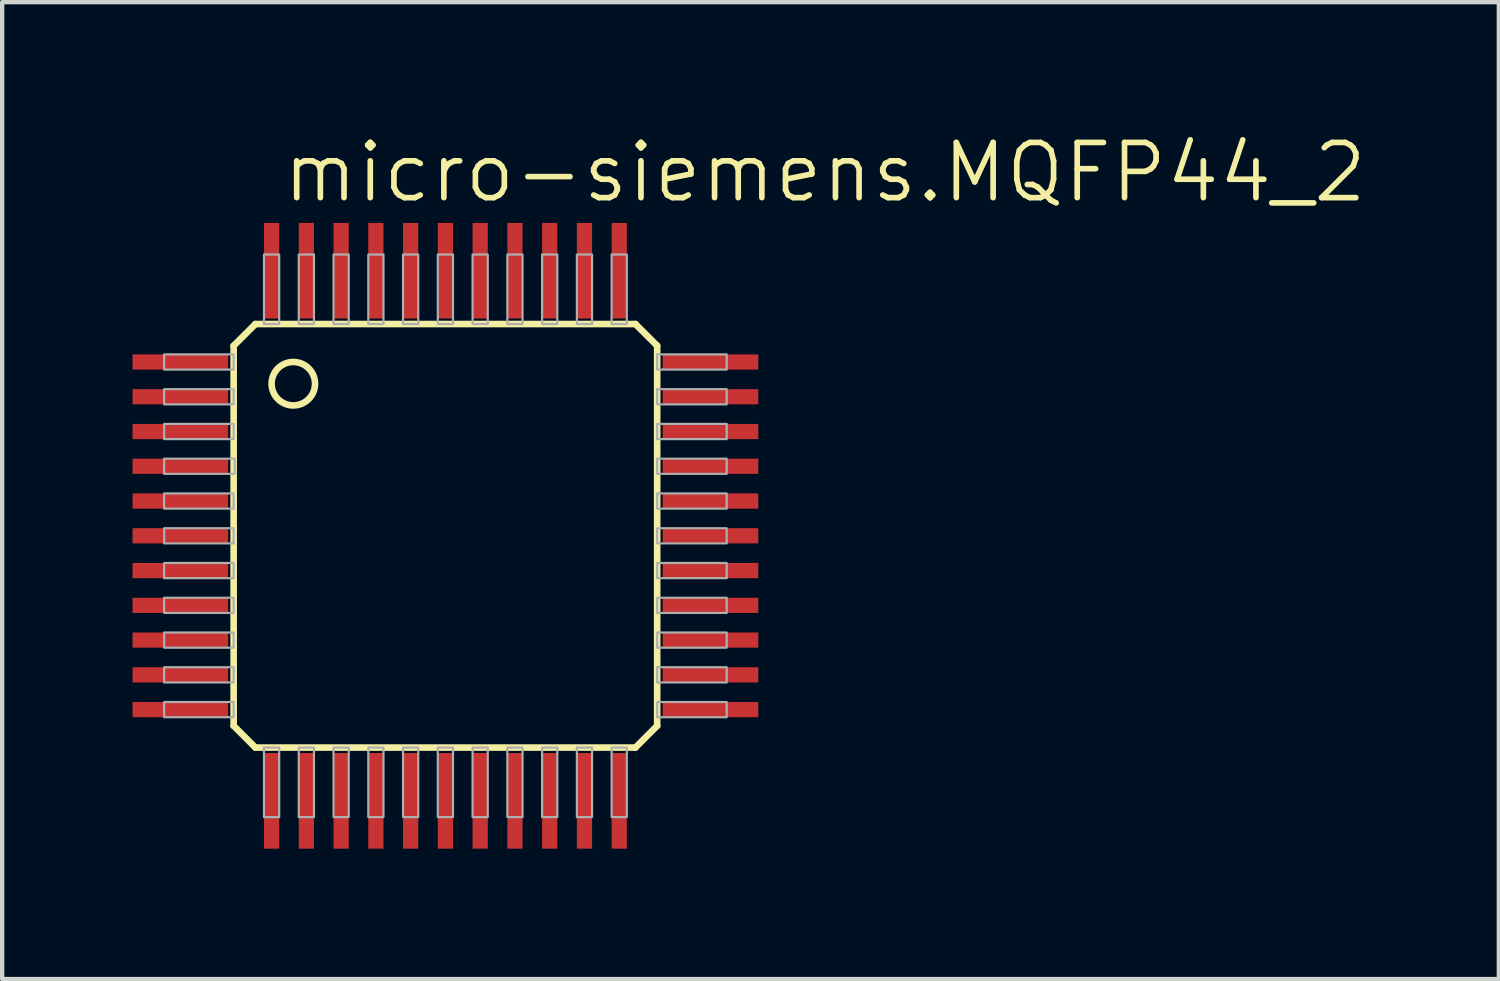
<source format=kicad_pcb>
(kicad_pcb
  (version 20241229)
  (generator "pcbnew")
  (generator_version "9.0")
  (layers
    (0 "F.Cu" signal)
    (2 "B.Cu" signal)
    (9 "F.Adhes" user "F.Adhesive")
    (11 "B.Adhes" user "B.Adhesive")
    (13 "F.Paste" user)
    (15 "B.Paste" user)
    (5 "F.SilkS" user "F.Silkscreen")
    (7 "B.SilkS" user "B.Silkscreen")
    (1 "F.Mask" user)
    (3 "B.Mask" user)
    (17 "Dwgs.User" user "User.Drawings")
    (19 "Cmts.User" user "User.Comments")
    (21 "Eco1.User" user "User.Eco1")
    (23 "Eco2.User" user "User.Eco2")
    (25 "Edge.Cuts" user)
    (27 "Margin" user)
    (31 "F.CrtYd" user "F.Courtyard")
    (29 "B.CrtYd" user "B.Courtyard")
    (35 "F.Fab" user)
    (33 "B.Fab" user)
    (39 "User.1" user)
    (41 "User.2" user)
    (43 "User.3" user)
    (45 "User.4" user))
  (footprint "micro-siemens.MQFP44_2"
    (layer "F.Cu")
    (at 7.2 9.28)
    (property "Reference" "micro-siemens.MQFP44_2" (at -3.81 -7.62 0) (layer "F.SilkS") (effects (font (size 1.27 1.27) (thickness 0.13)) (justify left bottom)))
    (attr smd)
    (fp_line (start -4.873 -4.373) (end -4.873 4.373) (stroke (width 0.152) (type default)) (layer "F.SilkS"))
    (fp_line (start -4.873 4.373) (end -4.373 4.873) (stroke (width 0.152) (type default)) (layer "F.SilkS"))
    (fp_line (start -4.373 -4.873) (end -4.873 -4.373) (stroke (width 0.152) (type default)) (layer "F.SilkS"))
    (fp_line (start -4.373 4.873) (end 4.373 4.873) (stroke (width 0.152) (type default)) (layer "F.SilkS"))
    (fp_line (start 4.373 -4.873) (end -4.373 -4.873) (stroke (width 0.152) (type default)) (layer "F.SilkS"))
    (fp_line (start 4.373 4.873) (end 4.873 4.373) (stroke (width 0.152) (type default)) (layer "F.SilkS"))
    (fp_line (start 4.873 -4.373) (end 4.373 -4.873) (stroke (width 0.152) (type default)) (layer "F.SilkS"))
    (fp_line (start 4.873 4.373) (end 4.873 -4.373) (stroke (width 0.152) (type default)) (layer "F.SilkS"))
    (fp_circle (center -3.5 -3.5) (end -3 -3.5) (stroke (width 0.152) (type default)) (fill no) (layer "F.SilkS"))
    (fp_rect (start -6.473 -3.825) (end -4.873 -4.175) (stroke (width 0.05) (type default)) (fill no) (layer "F.Fab"))
    (fp_rect (start -6.473 -3.025) (end -4.873 -3.375) (stroke (width 0.05) (type default)) (fill no) (layer "F.Fab"))
    (fp_rect (start -6.473 -2.225) (end -4.873 -2.575) (stroke (width 0.05) (type default)) (fill no) (layer "F.Fab"))
    (fp_rect (start -6.473 -1.425) (end -4.848 -1.775) (stroke (width 0.05) (type default)) (fill no) (layer "F.Fab"))
    (fp_rect (start -6.473 -0.625) (end -4.873 -0.975) (stroke (width 0.05) (type default)) (fill no) (layer "F.Fab"))
    (fp_rect (start -6.473 0.175) (end -4.873 -0.175) (stroke (width 0.05) (type default)) (fill no) (layer "F.Fab"))
    (fp_rect (start -6.473 0.975) (end -4.873 0.625) (stroke (width 0.05) (type default)) (fill no) (layer "F.Fab"))
    (fp_rect (start -6.473 1.775) (end -4.873 1.425) (stroke (width 0.05) (type default)) (fill no) (layer "F.Fab"))
    (fp_rect (start -6.473 2.575) (end -4.873 2.225) (stroke (width 0.05) (type default)) (fill no) (layer "F.Fab"))
    (fp_rect (start -6.473 3.375) (end -4.873 3.025) (stroke (width 0.05) (type default)) (fill no) (layer "F.Fab"))
    (fp_rect (start -6.473 4.175) (end -4.873 3.825) (stroke (width 0.05) (type default)) (fill no) (layer "F.Fab"))
    (fp_rect (start -4.175 -4.873) (end -3.825 -6.473) (stroke (width 0.05) (type default)) (fill no) (layer "F.Fab"))
    (fp_rect (start -4.175 6.473) (end -3.825 4.873) (stroke (width 0.05) (type default)) (fill no) (layer "F.Fab"))
    (fp_rect (start -3.375 -4.873) (end -3.025 -6.473) (stroke (width 0.05) (type default)) (fill no) (layer "F.Fab"))
    (fp_rect (start -3.375 6.473) (end -3.025 4.873) (stroke (width 0.05) (type default)) (fill no) (layer "F.Fab"))
    (fp_rect (start -2.575 -4.873) (end -2.225 -6.473) (stroke (width 0.05) (type default)) (fill no) (layer "F.Fab"))
    (fp_rect (start -2.575 6.473) (end -2.225 4.873) (stroke (width 0.05) (type default)) (fill no) (layer "F.Fab"))
    (fp_rect (start -1.775 -4.873) (end -1.425 -6.473) (stroke (width 0.05) (type default)) (fill no) (layer "F.Fab"))
    (fp_rect (start -1.775 6.473) (end -1.425 4.873) (stroke (width 0.05) (type default)) (fill no) (layer "F.Fab"))
    (fp_rect (start -0.975 -4.873) (end -0.625 -6.473) (stroke (width 0.05) (type default)) (fill no) (layer "F.Fab"))
    (fp_rect (start -0.975 6.473) (end -0.625 4.873) (stroke (width 0.05) (type default)) (fill no) (layer "F.Fab"))
    (fp_rect (start -0.175 -4.873) (end 0.175 -6.473) (stroke (width 0.05) (type default)) (fill no) (layer "F.Fab"))
    (fp_rect (start -0.175 6.473) (end 0.175 4.873) (stroke (width 0.05) (type default)) (fill no) (layer "F.Fab"))
    (fp_rect (start 0.625 -4.873) (end 0.975 -6.473) (stroke (width 0.05) (type default)) (fill no) (layer "F.Fab"))
    (fp_rect (start 0.625 6.473) (end 0.975 4.873) (stroke (width 0.05) (type default)) (fill no) (layer "F.Fab"))
    (fp_rect (start 1.425 -4.873) (end 1.775 -6.473) (stroke (width 0.05) (type default)) (fill no) (layer "F.Fab"))
    (fp_rect (start 1.425 6.473) (end 1.775 4.873) (stroke (width 0.05) (type default)) (fill no) (layer "F.Fab"))
    (fp_rect (start 2.225 -4.873) (end 2.575 -6.473) (stroke (width 0.05) (type default)) (fill no) (layer "F.Fab"))
    (fp_rect (start 2.225 6.473) (end 2.575 4.873) (stroke (width 0.05) (type default)) (fill no) (layer "F.Fab"))
    (fp_rect (start 3.025 -4.873) (end 3.375 -6.473) (stroke (width 0.05) (type default)) (fill no) (layer "F.Fab"))
    (fp_rect (start 3.025 6.473) (end 3.375 4.873) (stroke (width 0.05) (type default)) (fill no) (layer "F.Fab"))
    (fp_rect (start 3.825 -4.873) (end 4.175 -6.473) (stroke (width 0.05) (type default)) (fill no) (layer "F.Fab"))
    (fp_rect (start 3.825 6.473) (end 4.175 4.873) (stroke (width 0.05) (type default)) (fill no) (layer "F.Fab"))
    (fp_rect (start 4.873 -3.825) (end 6.473 -4.175) (stroke (width 0.05) (type default)) (fill no) (layer "F.Fab"))
    (fp_rect (start 4.873 -3.025) (end 6.473 -3.375) (stroke (width 0.05) (type default)) (fill no) (layer "F.Fab"))
    (fp_rect (start 4.873 -2.225) (end 6.473 -2.575) (stroke (width 0.05) (type default)) (fill no) (layer "F.Fab"))
    (fp_rect (start 4.873 -1.425) (end 6.473 -1.775) (stroke (width 0.05) (type default)) (fill no) (layer "F.Fab"))
    (fp_rect (start 4.873 -0.625) (end 6.473 -0.975) (stroke (width 0.05) (type default)) (fill no) (layer "F.Fab"))
    (fp_rect (start 4.873 0.175) (end 6.473 -0.175) (stroke (width 0.05) (type default)) (fill no) (layer "F.Fab"))
    (fp_rect (start 4.873 0.975) (end 6.473 0.625) (stroke (width 0.05) (type default)) (fill no) (layer "F.Fab"))
    (fp_rect (start 4.873 1.775) (end 6.473 1.425) (stroke (width 0.05) (type default)) (fill no) (layer "F.Fab"))
    (fp_rect (start 4.873 2.575) (end 6.473 2.225) (stroke (width 0.05) (type default)) (fill no) (layer "F.Fab"))
    (fp_rect (start 4.873 3.375) (end 6.473 3.025) (stroke (width 0.05) (type default)) (fill no) (layer "F.Fab"))
    (fp_rect (start 4.873 4.175) (end 6.473 3.825) (stroke (width 0.05) (type default)) (fill no) (layer "F.Fab"))
    (pad "1" smd roundrect (at -6.1 -4) (size 2.2 0.35) (layers "F.Cu" "F.Mask" "F.Paste") (roundrect_rratio 0.01))
    (pad "2" smd roundrect (at -6.1 -3.2) (size 2.2 0.35) (layers "F.Cu" "F.Mask" "F.Paste") (roundrect_rratio 0.01))
    (pad "3" smd roundrect (at -6.1 -2.4) (size 2.2 0.35) (layers "F.Cu" "F.Mask" "F.Paste") (roundrect_rratio 0.01))
    (pad "4" smd roundrect (at -6.1 -1.6) (size 2.2 0.35) (layers "F.Cu" "F.Mask" "F.Paste") (roundrect_rratio 0.01))
    (pad "5" smd roundrect (at -6.1 -0.8) (size 2.2 0.35) (layers "F.Cu" "F.Mask" "F.Paste") (roundrect_rratio 0.01))
    (pad "6" smd roundrect (at -6.1 0) (size 2.2 0.35) (layers "F.Cu" "F.Mask" "F.Paste") (roundrect_rratio 0.01))
    (pad "7" smd roundrect (at -6.1 0.8) (size 2.2 0.35) (layers "F.Cu" "F.Mask" "F.Paste") (roundrect_rratio 0.01))
    (pad "8" smd roundrect (at -6.1 1.6) (size 2.2 0.35) (layers "F.Cu" "F.Mask" "F.Paste") (roundrect_rratio 0.01))
    (pad "9" smd roundrect (at -6.1 2.4) (size 2.2 0.35) (layers "F.Cu" "F.Mask" "F.Paste") (roundrect_rratio 0.01))
    (pad "10" smd roundrect (at -6.1 3.2) (size 2.2 0.35) (layers "F.Cu" "F.Mask" "F.Paste") (roundrect_rratio 0.01))
    (pad "11" smd roundrect (at -6.1 4) (size 2.2 0.35) (layers "F.Cu" "F.Mask" "F.Paste") (roundrect_rratio 0.01))
    (pad "12" smd roundrect (at -4 6.1) (size 0.35 2.2) (layers "F.Cu" "F.Mask" "F.Paste") (roundrect_rratio 0.01))
    (pad "13" smd roundrect (at -3.2 6.1) (size 0.35 2.2) (layers "F.Cu" "F.Mask" "F.Paste") (roundrect_rratio 0.01))
    (pad "14" smd roundrect (at -2.4 6.1) (size 0.35 2.2) (layers "F.Cu" "F.Mask" "F.Paste") (roundrect_rratio 0.01))
    (pad "15" smd roundrect (at -1.6 6.1) (size 0.35 2.2) (layers "F.Cu" "F.Mask" "F.Paste") (roundrect_rratio 0.01))
    (pad "16" smd roundrect (at -0.8 6.1) (size 0.35 2.2) (layers "F.Cu" "F.Mask" "F.Paste") (roundrect_rratio 0.01))
    (pad "17" smd roundrect (at 0 6.1) (size 0.35 2.2) (layers "F.Cu" "F.Mask" "F.Paste") (roundrect_rratio 0.01))
    (pad "18" smd roundrect (at 0.8 6.1) (size 0.35 2.2) (layers "F.Cu" "F.Mask" "F.Paste") (roundrect_rratio 0.01))
    (pad "19" smd roundrect (at 1.6 6.1) (size 0.35 2.2) (layers "F.Cu" "F.Mask" "F.Paste") (roundrect_rratio 0.01))
    (pad "20" smd roundrect (at 2.4 6.1) (size 0.35 2.2) (layers "F.Cu" "F.Mask" "F.Paste") (roundrect_rratio 0.01))
    (pad "21" smd roundrect (at 3.2 6.1) (size 0.35 2.2) (layers "F.Cu" "F.Mask" "F.Paste") (roundrect_rratio 0.01))
    (pad "22" smd roundrect (at 4 6.1) (size 0.35 2.2) (layers "F.Cu" "F.Mask" "F.Paste") (roundrect_rratio 0.01))
    (pad "23" smd roundrect (at 6.1 4) (size 2.2 0.35) (layers "F.Cu" "F.Mask" "F.Paste") (roundrect_rratio 0.01))
    (pad "24" smd roundrect (at 6.1 3.2) (size 2.2 0.35) (layers "F.Cu" "F.Mask" "F.Paste") (roundrect_rratio 0.01))
    (pad "25" smd roundrect (at 6.1 2.4) (size 2.2 0.35) (layers "F.Cu" "F.Mask" "F.Paste") (roundrect_rratio 0.01))
    (pad "26" smd roundrect (at 6.1 1.6) (size 2.2 0.35) (layers "F.Cu" "F.Mask" "F.Paste") (roundrect_rratio 0.01))
    (pad "27" smd roundrect (at 6.1 0.8) (size 2.2 0.35) (layers "F.Cu" "F.Mask" "F.Paste") (roundrect_rratio 0.01))
    (pad "28" smd roundrect (at 6.1 0) (size 2.2 0.35) (layers "F.Cu" "F.Mask" "F.Paste") (roundrect_rratio 0.01))
    (pad "29" smd roundrect (at 6.1 -0.8) (size 2.2 0.35) (layers "F.Cu" "F.Mask" "F.Paste") (roundrect_rratio 0.01))
    (pad "30" smd roundrect (at 6.1 -1.6) (size 2.2 0.35) (layers "F.Cu" "F.Mask" "F.Paste") (roundrect_rratio 0.01))
    (pad "31" smd roundrect (at 6.1 -2.4) (size 2.2 0.35) (layers "F.Cu" "F.Mask" "F.Paste") (roundrect_rratio 0.01))
    (pad "32" smd roundrect (at 6.1 -3.2) (size 2.2 0.35) (layers "F.Cu" "F.Mask" "F.Paste") (roundrect_rratio 0.01))
    (pad "33" smd roundrect (at 6.1 -4) (size 2.2 0.35) (layers "F.Cu" "F.Mask" "F.Paste") (roundrect_rratio 0.01))
    (pad "34" smd roundrect (at 4 -6.1) (size 0.35 2.2) (layers "F.Cu" "F.Mask" "F.Paste") (roundrect_rratio 0.01))
    (pad "35" smd roundrect (at 3.2 -6.1) (size 0.35 2.2) (layers "F.Cu" "F.Mask" "F.Paste") (roundrect_rratio 0.01))
    (pad "36" smd roundrect (at 2.4 -6.1) (size 0.35 2.2) (layers "F.Cu" "F.Mask" "F.Paste") (roundrect_rratio 0.01))
    (pad "37" smd roundrect (at 1.6 -6.1) (size 0.35 2.2) (layers "F.Cu" "F.Mask" "F.Paste") (roundrect_rratio 0.01))
    (pad "38" smd roundrect (at 0.8 -6.1) (size 0.35 2.2) (layers "F.Cu" "F.Mask" "F.Paste") (roundrect_rratio 0.01))
    (pad "39" smd roundrect (at 0 -6.1) (size 0.35 2.2) (layers "F.Cu" "F.Mask" "F.Paste") (roundrect_rratio 0.01))
    (pad "40" smd roundrect (at -0.8 -6.1) (size 0.35 2.2) (layers "F.Cu" "F.Mask" "F.Paste") (roundrect_rratio 0.01))
    (pad "41" smd roundrect (at -1.6 -6.1) (size 0.35 2.2) (layers "F.Cu" "F.Mask" "F.Paste") (roundrect_rratio 0.01))
    (pad "42" smd roundrect (at -2.4 -6.1) (size 0.35 2.2) (layers "F.Cu" "F.Mask" "F.Paste") (roundrect_rratio 0.01))
    (pad "43" smd roundrect (at -3.2 -6.1) (size 0.35 2.2) (layers "F.Cu" "F.Mask" "F.Paste") (roundrect_rratio 0.01))
    (pad "44" smd roundrect (at -4 -6.1) (size 0.35 2.2) (layers "F.Cu" "F.Mask" "F.Paste") (roundrect_rratio 0.01)))
  (gr_rect
    (start -3 -3)
    (end 31.442 19.48)
    (stroke (width 0.1) (type default))
    (fill no)
    (layer "Edge.Cuts")))
</source>
